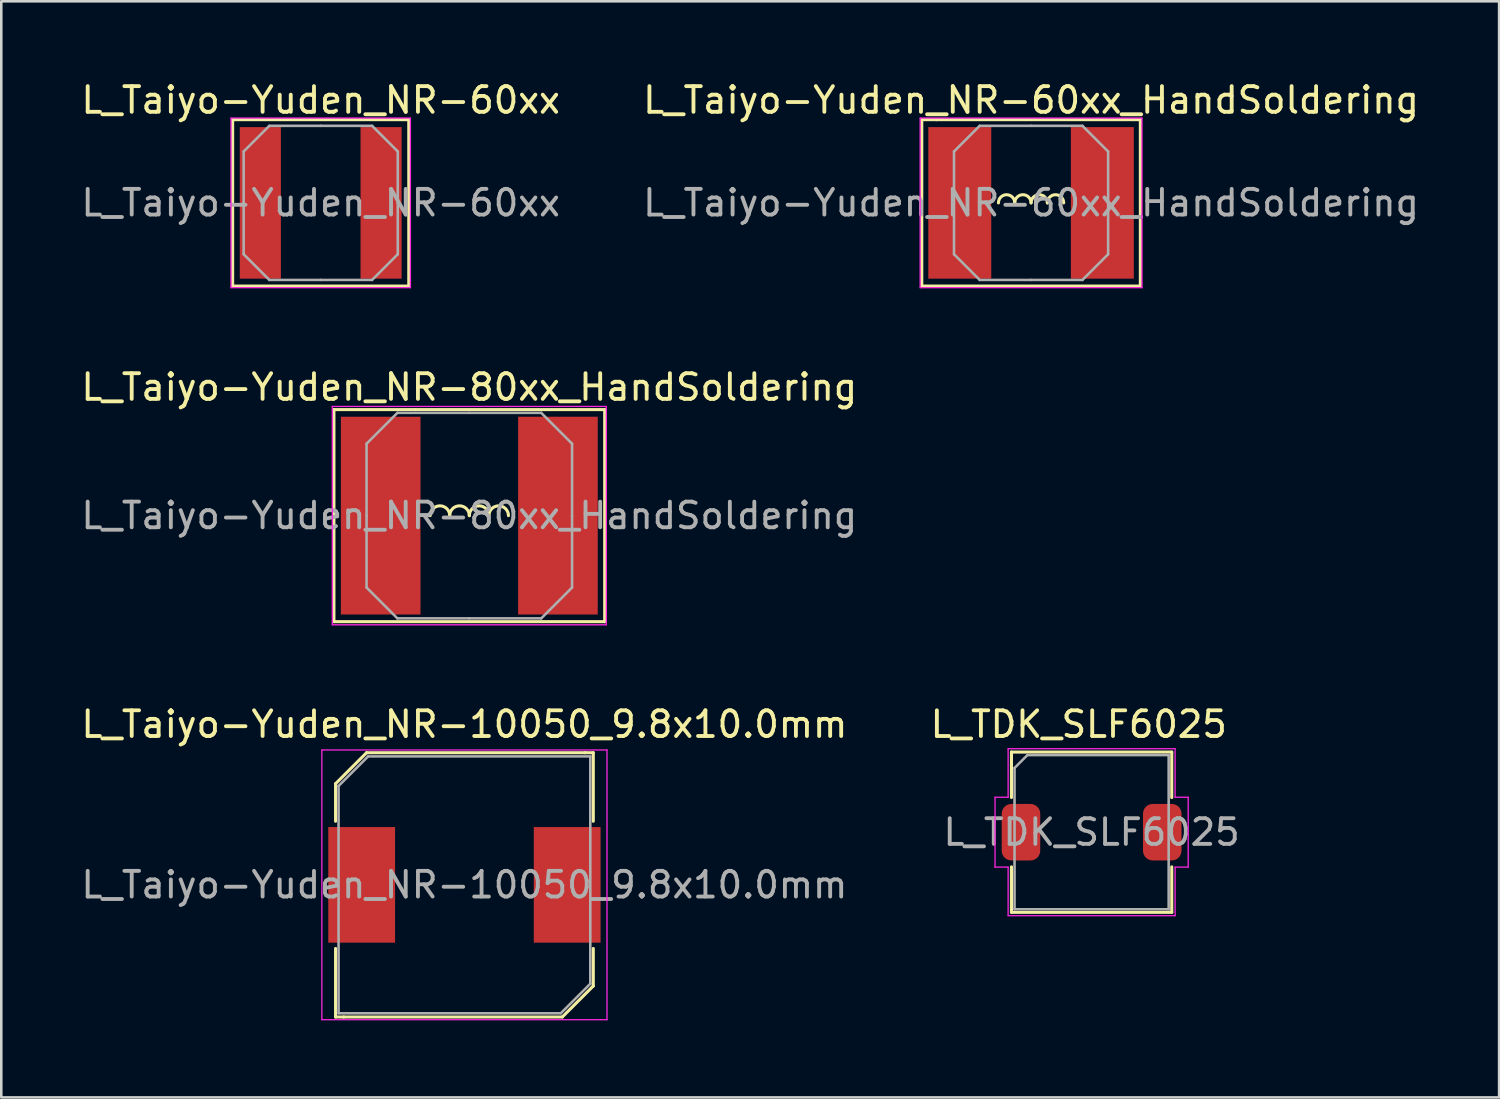
<source format=kicad_pcb>
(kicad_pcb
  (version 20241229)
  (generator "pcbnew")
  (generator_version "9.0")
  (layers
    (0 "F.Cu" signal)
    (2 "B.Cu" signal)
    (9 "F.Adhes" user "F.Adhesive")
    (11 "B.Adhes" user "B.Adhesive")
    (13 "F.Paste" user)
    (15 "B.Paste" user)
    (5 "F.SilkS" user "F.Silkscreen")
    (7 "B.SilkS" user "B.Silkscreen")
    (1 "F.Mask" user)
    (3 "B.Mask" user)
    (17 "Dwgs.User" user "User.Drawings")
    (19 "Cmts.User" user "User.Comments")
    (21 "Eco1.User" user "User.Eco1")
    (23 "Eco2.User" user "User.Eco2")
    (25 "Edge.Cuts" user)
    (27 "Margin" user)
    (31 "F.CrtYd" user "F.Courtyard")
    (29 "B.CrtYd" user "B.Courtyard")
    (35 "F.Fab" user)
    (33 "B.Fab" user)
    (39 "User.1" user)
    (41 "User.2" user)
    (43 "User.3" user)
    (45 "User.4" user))
  (footprint "L_Taiyo-Yuden_NR-10050_9.8x10.0mm"
    (layer "F.Cu")
    (at 15.03 31.397)
    (property "Reference" "L_Taiyo-Yuden_NR-10050_9.8x10.0mm" (at 0 -6.25 0) (layer "F.SilkS") (effects (font (size 1 1) (thickness 0.15))))
    (attr smd)
    (fp_line (start -5.016 -3.937) (end -5.016 -2.477) (stroke (width 0.12) (type solid)) (layer "F.SilkS"))
    (fp_line (start -5.016 5.144) (end -5.016 2.477) (stroke (width 0.12) (type solid)) (layer "F.SilkS"))
    (fp_line (start -4.699 5.144) (end -5.016 5.144) (stroke (width 0.12) (type solid)) (layer "F.SilkS"))
    (fp_line (start -4.699 5.144) (end 3.81 5.144) (stroke (width 0.12) (type solid)) (layer "F.SilkS"))
    (fp_line (start -3.81 -5.144) (end -5.016 -3.937) (stroke (width 0.12) (type solid)) (layer "F.SilkS"))
    (fp_line (start 3.81 5.144) (end 5.016 3.937) (stroke (width 0.12) (type solid)) (layer "F.SilkS"))
    (fp_line (start 4.699 -5.144) (end -3.81 -5.144) (stroke (width 0.12) (type solid)) (layer "F.SilkS"))
    (fp_line (start 4.699 -5.144) (end 5.016 -5.144) (stroke (width 0.12) (type solid)) (layer "F.SilkS"))
    (fp_line (start 5.016 -5.144) (end 5.016 -2.477) (stroke (width 0.12) (type solid)) (layer "F.SilkS"))
    (fp_line (start 5.016 3.937) (end 5.016 2.477) (stroke (width 0.12) (type solid)) (layer "F.SilkS"))
    (fp_line (start -5.55 -5.25) (end -5.55 5.25) (stroke (width 0.05) (type solid)) (layer "F.CrtYd"))
    (fp_line (start -5.55 5.25) (end 5.55 5.25) (stroke (width 0.05) (type solid)) (layer "F.CrtYd"))
    (fp_line (start 5.55 -5.25) (end -5.55 -5.25) (stroke (width 0.05) (type solid)) (layer "F.CrtYd"))
    (fp_line (start 5.55 5.25) (end 5.55 -5.25) (stroke (width 0.05) (type solid)) (layer "F.CrtYd"))
    (fp_line (start -4.9 -3.85) (end -4.9 5) (stroke (width 0.1) (type solid)) (layer "F.Fab"))
    (fp_line (start -4.9 -3.85) (end -3.75 -5) (stroke (width 0.1) (type solid)) (layer "F.Fab"))
    (fp_line (start -4.9 5) (end 3.75 5) (stroke (width 0.1) (type solid)) (layer "F.Fab"))
    (fp_line (start 3.75 5) (end 4.9 3.85) (stroke (width 0.1) (type solid)) (layer "F.Fab"))
    (fp_line (start 4.9 -5) (end -3.75 -5) (stroke (width 0.1) (type solid)) (layer "F.Fab"))
    (fp_line (start 4.9 3.85) (end 4.9 -5) (stroke (width 0.1) (type solid)) (layer "F.Fab"))
    (fp_text user "${REFERENCE}" (at 0 0 0) (layer "F.Fab") (effects (font (size 1 1) (thickness 0.15))))
    (pad "1" smd rect (at -4 0) (size 2.6 4.5) (layers "F.Cu" "F.Mask" "F.Paste"))
    (pad "2" smd rect (at 4 0) (size 2.6 4.5) (layers "F.Cu" "F.Mask" "F.Paste")))
  (footprint "L_TDK_SLF6025"
    (layer "F.Cu")
    (at 39.446 29.347)
    (property "Reference" "L_TDK_SLF6025" (at -0.5 -4.2 0) (layer "F.SilkS") (effects (font (size 1 1) (thickness 0.15))))
    (attr smd)
    (fp_line (start -3.12 -3.12) (end -3.12 -1.35) (stroke (width 0.12) (type solid)) (layer "F.SilkS"))
    (fp_line (start -3.12 -3.12) (end 3.12 -3.12) (stroke (width 0.12) (type solid)) (layer "F.SilkS"))
    (fp_line (start -3.12 1.35) (end -3.12 3.12) (stroke (width 0.12) (type solid)) (layer "F.SilkS"))
    (fp_line (start -3.12 3.12) (end 3.12 3.12) (stroke (width 0.12) (type solid)) (layer "F.SilkS"))
    (fp_line (start 3.12 -3.12) (end 3.12 -1.35) (stroke (width 0.12) (type solid)) (layer "F.SilkS"))
    (fp_line (start 3.12 1.35) (end 3.12 3.12) (stroke (width 0.12) (type solid)) (layer "F.SilkS"))
    (fp_line (start -3.76 -1.36) (end -3.76 1.36) (stroke (width 0.05) (type solid)) (layer "F.CrtYd"))
    (fp_line (start -3.76 1.36) (end -3.25 1.36) (stroke (width 0.05) (type solid)) (layer "F.CrtYd"))
    (fp_line (start -3.25 -3.25) (end -3.25 -1.36) (stroke (width 0.05) (type solid)) (layer "F.CrtYd"))
    (fp_line (start -3.25 -3.25) (end 3.25 -3.25) (stroke (width 0.05) (type solid)) (layer "F.CrtYd"))
    (fp_line (start -3.25 -1.36) (end -3.76 -1.36) (stroke (width 0.05) (type solid)) (layer "F.CrtYd"))
    (fp_line (start -3.25 1.36) (end -3.25 3.25) (stroke (width 0.05) (type solid)) (layer "F.CrtYd"))
    (fp_line (start -3.25 3.25) (end 3.25 3.25) (stroke (width 0.05) (type solid)) (layer "F.CrtYd"))
    (fp_line (start 3.25 -3.25) (end 3.25 -1.36) (stroke (width 0.05) (type solid)) (layer "F.CrtYd"))
    (fp_line (start 3.25 -1.36) (end 3.76 -1.36) (stroke (width 0.05) (type solid)) (layer "F.CrtYd"))
    (fp_line (start 3.25 1.36) (end 3.25 3.25) (stroke (width 0.05) (type solid)) (layer "F.CrtYd"))
    (fp_line (start 3.76 -1.36) (end 3.76 1.36) (stroke (width 0.05) (type solid)) (layer "F.CrtYd"))
    (fp_line (start 3.76 1.36) (end 3.25 1.36) (stroke (width 0.05) (type solid)) (layer "F.CrtYd"))
    (fp_line (start -3 -2.5) (end -2.5 -3) (stroke (width 0.1) (type solid)) (layer "F.Fab"))
    (fp_line (start -3 3) (end -3 -2.5) (stroke (width 0.1) (type solid)) (layer "F.Fab"))
    (fp_line (start -2.5 -3) (end 3 -3) (stroke (width 0.1) (type solid)) (layer "F.Fab"))
    (fp_line (start 3 -3) (end 3 3) (stroke (width 0.1) (type solid)) (layer "F.Fab"))
    (fp_line (start 3 3) (end -3 3) (stroke (width 0.1) (type solid)) (layer "F.Fab"))
    (fp_text user "${REFERENCE}" (at 0 0 0) (layer "F.Fab") (effects (font (size 1 1) (thickness 0.15))))
    (pad "1" smd roundrect (at -2.75 0) (size 1.5 2.2) (layers "F.Cu" "F.Mask" "F.Paste") (roundrect_rratio 0.25))
    (pad "2" smd roundrect (at 2.75 0) (size 1.5 2.2) (layers "F.Cu" "F.Mask" "F.Paste") (roundrect_rratio 0.25)))
  (footprint "L_Taiyo-Yuden_NR-60xx"
    (layer "F.Cu")
    (at 9.435 4.848)
    (property "Reference" "L_Taiyo-Yuden_NR-60xx" (at 0 -4 0) (layer "F.SilkS") (effects (font (size 1 1) (thickness 0.15))))
    (attr smd)
    (fp_line (start -3.429 -3.239) (end -3.429 3.239) (stroke (width 0.12) (type solid)) (layer "F.SilkS"))
    (fp_line (start -3.429 3.239) (end 3.429 3.239) (stroke (width 0.12) (type solid)) (layer "F.SilkS"))
    (fp_line (start 3.429 -3.239) (end -3.429 -3.239) (stroke (width 0.12) (type solid)) (layer "F.SilkS"))
    (fp_line (start 3.429 3.239) (end 3.429 -3.239) (stroke (width 0.12) (type solid)) (layer "F.SilkS"))
    (fp_line (start -3.493 -3.302) (end -3.493 3.302) (stroke (width 0.05) (type solid)) (layer "F.CrtYd"))
    (fp_line (start -3.493 3.302) (end 3.493 3.302) (stroke (width 0.05) (type solid)) (layer "F.CrtYd"))
    (fp_line (start 3.493 -3.302) (end -3.493 -3.302) (stroke (width 0.05) (type solid)) (layer "F.CrtYd"))
    (fp_line (start 3.493 3.302) (end 3.493 -3.302) (stroke (width 0.05) (type solid)) (layer "F.CrtYd"))
    (fp_line (start -3 -2) (end -2 -3) (stroke (width 0.1) (type solid)) (layer "F.Fab"))
    (fp_line (start -3 0) (end -3 -2) (stroke (width 0.1) (type solid)) (layer "F.Fab"))
    (fp_line (start -3 0) (end -3 2) (stroke (width 0.1) (type solid)) (layer "F.Fab"))
    (fp_line (start -3 2) (end -2 3) (stroke (width 0.1) (type solid)) (layer "F.Fab"))
    (fp_line (start -2 -3) (end 0 -3) (stroke (width 0.1) (type solid)) (layer "F.Fab"))
    (fp_line (start -2 3) (end 0 3) (stroke (width 0.1) (type solid)) (layer "F.Fab"))
    (fp_line (start 2 -3) (end 0 -3) (stroke (width 0.1) (type solid)) (layer "F.Fab"))
    (fp_line (start 2 3) (end 0 3) (stroke (width 0.1) (type solid)) (layer "F.Fab"))
    (fp_line (start 3 -2) (end 2 -3) (stroke (width 0.1) (type solid)) (layer "F.Fab"))
    (fp_line (start 3 0) (end 3 -2) (stroke (width 0.1) (type solid)) (layer "F.Fab"))
    (fp_line (start 3 0) (end 3 2) (stroke (width 0.1) (type solid)) (layer "F.Fab"))
    (fp_line (start 3 2) (end 2 3) (stroke (width 0.1) (type solid)) (layer "F.Fab"))
    (fp_text user "${REFERENCE}" (at 0 0 0) (layer "F.Fab") (effects (font (size 1 1) (thickness 0.15))))
    (pad "1" smd rect (at -2.35 0) (size 1.6 5.9) (layers "F.Cu" "F.Mask" "F.Paste"))
    (pad "2" smd rect (at 2.35 0) (size 1.6 5.9) (layers "F.Cu" "F.Mask" "F.Paste")))
  (footprint "L_Taiyo-Yuden_NR-60xx_HandSoldering"
    (layer "F.Cu")
    (at 37.089 4.848)
    (property "Reference" "L_Taiyo-Yuden_NR-60xx_HandSoldering" (at 0 -4 0) (layer "F.SilkS") (effects (font (size 1 1) (thickness 0.15))))
    (attr smd)
    (fp_line (start -4.255 -3.239) (end -4.255 3.239) (stroke (width 0.12) (type solid)) (layer "F.SilkS"))
    (fp_line (start -4.255 3.239) (end 4.255 3.239) (stroke (width 0.12) (type solid)) (layer "F.SilkS"))
    (fp_line (start -3.683 -3.239) (end -4.255 -3.239) (stroke (width 0.12) (type solid)) (layer "F.SilkS"))
    (fp_line (start 4.255 -3.239) (end -3.683 -3.239) (stroke (width 0.12) (type solid)) (layer "F.SilkS"))
    (fp_line (start 4.255 3.239) (end 4.255 -3.239) (stroke (width 0.12) (type solid)) (layer "F.SilkS"))
    (fp_arc (start -1.27 0) (mid -0.9525 -0.3175) (end -0.635 0) (stroke (width 0.12) (type solid)) (layer "F.SilkS"))
    (fp_arc (start -0.635 0) (mid -0.3175 -0.3175) (end 0 0) (stroke (width 0.12) (type solid)) (layer "F.SilkS"))
    (fp_arc (start 0 0) (mid 0.3175 -0.3175) (end 0.635 0) (stroke (width 0.12) (type solid)) (layer "F.SilkS"))
    (fp_arc (start 0.635 0) (mid 0.9525 -0.3175) (end 1.27 0) (stroke (width 0.12) (type solid)) (layer "F.SilkS"))
    (fp_line (start -4.318 -3.302) (end -4.318 3.302) (stroke (width 0.05) (type solid)) (layer "F.CrtYd"))
    (fp_line (start -4.318 3.302) (end 4.318 3.302) (stroke (width 0.05) (type solid)) (layer "F.CrtYd"))
    (fp_line (start 4.318 -3.302) (end -4.318 -3.302) (stroke (width 0.05) (type solid)) (layer "F.CrtYd"))
    (fp_line (start 4.318 3.302) (end 4.318 -3.302) (stroke (width 0.05) (type solid)) (layer "F.CrtYd"))
    (fp_line (start -3 -2) (end -2 -3) (stroke (width 0.1) (type solid)) (layer "F.Fab"))
    (fp_line (start -3 0) (end -3 -2) (stroke (width 0.1) (type solid)) (layer "F.Fab"))
    (fp_line (start -3 0) (end -3 2) (stroke (width 0.1) (type solid)) (layer "F.Fab"))
    (fp_line (start -3 2) (end -2 3) (stroke (width 0.1) (type solid)) (layer "F.Fab"))
    (fp_line (start -2 -3) (end 0 -3) (stroke (width 0.1) (type solid)) (layer "F.Fab"))
    (fp_line (start -2 3) (end 0 3) (stroke (width 0.1) (type solid)) (layer "F.Fab"))
    (fp_line (start 2 -3) (end 0 -3) (stroke (width 0.1) (type solid)) (layer "F.Fab"))
    (fp_line (start 2 3) (end 0 3) (stroke (width 0.1) (type solid)) (layer "F.Fab"))
    (fp_line (start 3 -2) (end 2 -3) (stroke (width 0.1) (type solid)) (layer "F.Fab"))
    (fp_line (start 3 0) (end 3 -2) (stroke (width 0.1) (type solid)) (layer "F.Fab"))
    (fp_line (start 3 0) (end 3 2) (stroke (width 0.1) (type solid)) (layer "F.Fab"))
    (fp_line (start 3 2) (end 2 3) (stroke (width 0.1) (type solid)) (layer "F.Fab"))
    (fp_text user "${REFERENCE}" (at 0 0 0) (layer "F.Fab") (effects (font (size 1 1) (thickness 0.15))))
    (pad "1" smd rect (at -2.775 0) (size 2.45 5.9) (layers "F.Cu" "F.Mask" "F.Paste"))
    (pad "2" smd rect (at 2.775 0) (size 2.45 5.9) (layers "F.Cu" "F.Mask" "F.Paste")))
  (footprint "L_Taiyo-Yuden_NR-80xx_HandSoldering"
    (layer "F.Cu")
    (at 15.22 17.023)
    (property "Reference" "L_Taiyo-Yuden_NR-80xx_HandSoldering" (at 0 -5 0) (layer "F.SilkS") (effects (font (size 1 1) (thickness 0.15))))
    (attr smd)
    (fp_line (start -5.271 -4.128) (end -5.271 4.128) (stroke (width 0.12) (type solid)) (layer "F.SilkS"))
    (fp_line (start -5.271 4.128) (end 5.271 4.128) (stroke (width 0.12) (type solid)) (layer "F.SilkS"))
    (fp_line (start -2.095 -4.128) (end -5.271 -4.128) (stroke (width 0.12) (type solid)) (layer "F.SilkS"))
    (fp_line (start 5.271 -4.128) (end -2.095 -4.128) (stroke (width 0.12) (type solid)) (layer "F.SilkS"))
    (fp_line (start 5.271 4.128) (end 5.271 -4.128) (stroke (width 0.12) (type solid)) (layer "F.SilkS"))
    (fp_arc (start -1.524 0) (mid -1.143 -0.381) (end -0.762 0) (stroke (width 0.12) (type solid)) (layer "F.SilkS"))
    (fp_arc (start -0.762 0) (mid -0.381 -0.381) (end 0 0) (stroke (width 0.12) (type solid)) (layer "F.SilkS"))
    (fp_arc (start 0 0) (mid 0.381 -0.381) (end 0.762 0) (stroke (width 0.12) (type solid)) (layer "F.SilkS"))
    (fp_arc (start 0.762 0) (mid 1.143 -0.381) (end 1.524 0) (stroke (width 0.12) (type solid)) (layer "F.SilkS"))
    (fp_line (start -5.334 -4.25) (end -5.334 4.25) (stroke (width 0.05) (type solid)) (layer "F.CrtYd"))
    (fp_line (start -5.334 4.25) (end 5.334 4.25) (stroke (width 0.05) (type solid)) (layer "F.CrtYd"))
    (fp_line (start 5.334 -4.25) (end -5.334 -4.25) (stroke (width 0.05) (type solid)) (layer "F.CrtYd"))
    (fp_line (start 5.334 4.25) (end 5.334 -4.25) (stroke (width 0.05) (type solid)) (layer "F.CrtYd"))
    (fp_line (start -4 -2.8) (end -2.8 -4) (stroke (width 0.1) (type solid)) (layer "F.Fab"))
    (fp_line (start -4 0) (end -4 -2.8) (stroke (width 0.1) (type solid)) (layer "F.Fab"))
    (fp_line (start -4 0) (end -4 2.8) (stroke (width 0.1) (type solid)) (layer "F.Fab"))
    (fp_line (start -4 2.8) (end -2.8 4) (stroke (width 0.1) (type solid)) (layer "F.Fab"))
    (fp_line (start -2.8 -4) (end 0 -4) (stroke (width 0.1) (type solid)) (layer "F.Fab"))
    (fp_line (start -2.8 4) (end 0 4) (stroke (width 0.1) (type solid)) (layer "F.Fab"))
    (fp_line (start 2.8 -4) (end 0 -4) (stroke (width 0.1) (type solid)) (layer "F.Fab"))
    (fp_line (start 2.8 4) (end 0 4) (stroke (width 0.1) (type solid)) (layer "F.Fab"))
    (fp_line (start 4 -2.8) (end 2.8 -4) (stroke (width 0.1) (type solid)) (layer "F.Fab"))
    (fp_line (start 4 0) (end 4 -2.8) (stroke (width 0.1) (type solid)) (layer "F.Fab"))
    (fp_line (start 4 0) (end 4 2.8) (stroke (width 0.1) (type solid)) (layer "F.Fab"))
    (fp_line (start 4 2.8) (end 2.8 4) (stroke (width 0.1) (type solid)) (layer "F.Fab"))
    (fp_text user "${REFERENCE}" (at 0 0 0) (layer "F.Fab") (effects (font (size 1 1) (thickness 0.15))))
    (pad "1" smd rect (at -3.45 0) (size 3.1 7.7) (layers "F.Cu" "F.Mask" "F.Paste"))
    (pad "2" smd rect (at 3.45 0) (size 3.1 7.7) (layers "F.Cu" "F.Mask" "F.Paste")))
  (gr_rect
    (start -3 -3)
    (end 55.31 39.672)
    (stroke (width 0.1) (type default))
    (fill no)
    (layer "Edge.Cuts")))
</source>
